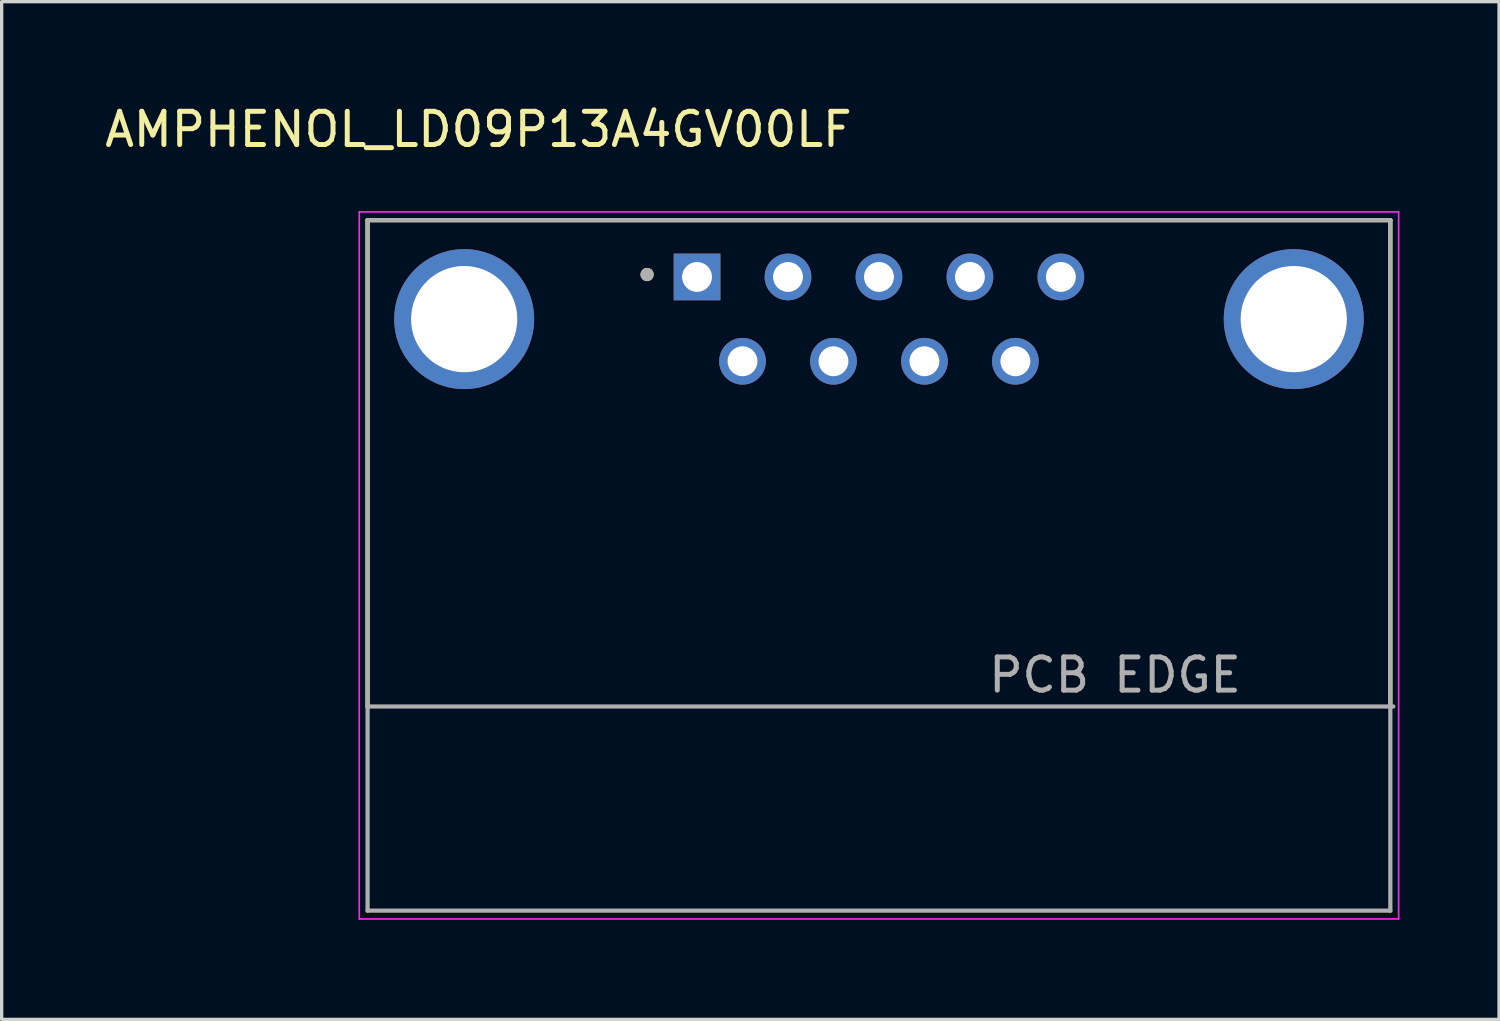
<source format=kicad_pcb>
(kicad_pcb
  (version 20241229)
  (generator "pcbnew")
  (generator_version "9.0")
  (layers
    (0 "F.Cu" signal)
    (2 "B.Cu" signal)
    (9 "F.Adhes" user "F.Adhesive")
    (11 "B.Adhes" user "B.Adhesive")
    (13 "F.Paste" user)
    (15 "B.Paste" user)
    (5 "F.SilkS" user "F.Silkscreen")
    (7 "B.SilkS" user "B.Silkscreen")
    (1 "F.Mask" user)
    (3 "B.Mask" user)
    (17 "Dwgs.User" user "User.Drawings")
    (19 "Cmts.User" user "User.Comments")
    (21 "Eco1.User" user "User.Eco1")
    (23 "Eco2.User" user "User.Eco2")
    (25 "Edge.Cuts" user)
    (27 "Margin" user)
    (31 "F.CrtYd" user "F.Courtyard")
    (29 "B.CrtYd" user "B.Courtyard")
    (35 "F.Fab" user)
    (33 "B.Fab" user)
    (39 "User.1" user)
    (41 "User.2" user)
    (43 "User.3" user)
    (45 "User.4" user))
  (footprint "AMPHENOL_LD09P13A4GV00LF"
    (layer "F.Cu")
    (at 23.428 13.983)
    (property "Reference" "AMPHENOL_LD09P13A4GV00LF" (at -12.065 -13.135 0) (layer "F.SilkS") (effects (font (size 1 1) (thickness 0.15))))
    (attr through_hole)
    (fp_line (start -15.405 -10.4) (end 15.405 -10.4) (stroke (width 0.127) (type solid)) (layer "F.SilkS"))
    (fp_line (start -15.405 4.25) (end -15.405 -10.4) (stroke (width 0.127) (type solid)) (layer "F.SilkS"))
    (fp_line (start 15.405 -10.4) (end 15.405 4.25) (stroke (width 0.127) (type solid)) (layer "F.SilkS"))
    (fp_circle (center -6.985 -8.763) (end -6.885 -8.763) (stroke (width 0.2) (type solid)) (fill no) (layer "F.SilkS"))
    (fp_line (start -15.655 -10.65) (end -15.655 10.65) (stroke (width 0.05) (type solid)) (layer "F.CrtYd"))
    (fp_line (start -15.655 10.65) (end 15.655 10.65) (stroke (width 0.05) (type solid)) (layer "F.CrtYd"))
    (fp_line (start 15.655 -10.65) (end -15.655 -10.65) (stroke (width 0.05) (type solid)) (layer "F.CrtYd"))
    (fp_line (start 15.655 10.65) (end 15.655 -10.65) (stroke (width 0.05) (type solid)) (layer "F.CrtYd"))
    (fp_line (start -15.405 -10.4) (end 15.405 -10.4) (stroke (width 0.127) (type solid)) (layer "F.Fab"))
    (fp_line (start -15.405 4.25) (end -15.405 -10.4) (stroke (width 0.127) (type solid)) (layer "F.Fab"))
    (fp_line (start -15.405 4.25) (end 15.494 4.25) (stroke (width 0.127) (type solid)) (layer "F.Fab"))
    (fp_line (start -15.405 10.4) (end -15.405 4.25) (stroke (width 0.127) (type solid)) (layer "F.Fab"))
    (fp_line (start -15.405 10.4) (end 15.405 10.4) (stroke (width 0.127) (type solid)) (layer "F.Fab"))
    (fp_line (start 15.405 -10.4) (end 15.405 10.4) (stroke (width 0.127) (type solid)) (layer "F.Fab"))
    (fp_circle (center -6.985 -8.763) (end -6.885 -8.763) (stroke (width 0.2) (type solid)) (fill no) (layer "F.Fab"))
    (fp_text user "PCB EDGE" (at 7.112 3.302 0) (layer "F.Fab") (effects (font (size 1 1) (thickness 0.15))))
    (pad "1" thru_hole rect (at -5.48 -8.69) (size 1.408 1.408) (drill 0.9) (layers "*.Cu" "*.Mask"))
    (pad "2" thru_hole circle (at -2.74 -8.69) (size 1.408 1.408) (drill 0.9) (layers "*.Cu" "*.Mask"))
    (pad "3" thru_hole circle (at 0 -8.69) (size 1.408 1.408) (drill 0.9) (layers "*.Cu" "*.Mask"))
    (pad "4" thru_hole circle (at 2.74 -8.69) (size 1.408 1.408) (drill 0.9) (layers "*.Cu" "*.Mask"))
    (pad "5" thru_hole circle (at 5.48 -8.69) (size 1.408 1.408) (drill 0.9) (layers "*.Cu" "*.Mask"))
    (pad "6" thru_hole circle (at -4.11 -6.15) (size 1.408 1.408) (drill 0.9) (layers "*.Cu" "*.Mask"))
    (pad "7" thru_hole circle (at -1.37 -6.15) (size 1.408 1.408) (drill 0.9) (layers "*.Cu" "*.Mask"))
    (pad "8" thru_hole circle (at 1.37 -6.15) (size 1.408 1.408) (drill 0.9) (layers "*.Cu" "*.Mask"))
    (pad "9" thru_hole circle (at 4.11 -6.15) (size 1.408 1.408) (drill 0.9) (layers "*.Cu" "*.Mask"))
    (pad "SH1" thru_hole circle (at -12.495 -7.42) (size 4.216 4.216) (drill 3.2) (layers "*.Cu" "*.Mask"))
    (pad "SH2" thru_hole circle (at 12.495 -7.42) (size 4.216 4.216) (drill 3.2) (layers "*.Cu" "*.Mask")))
  (gr_rect
    (start -3 -3)
    (end 42.108 27.658)
    (stroke (width 0.1) (type default))
    (fill no)
    (layer "Edge.Cuts")))
</source>
